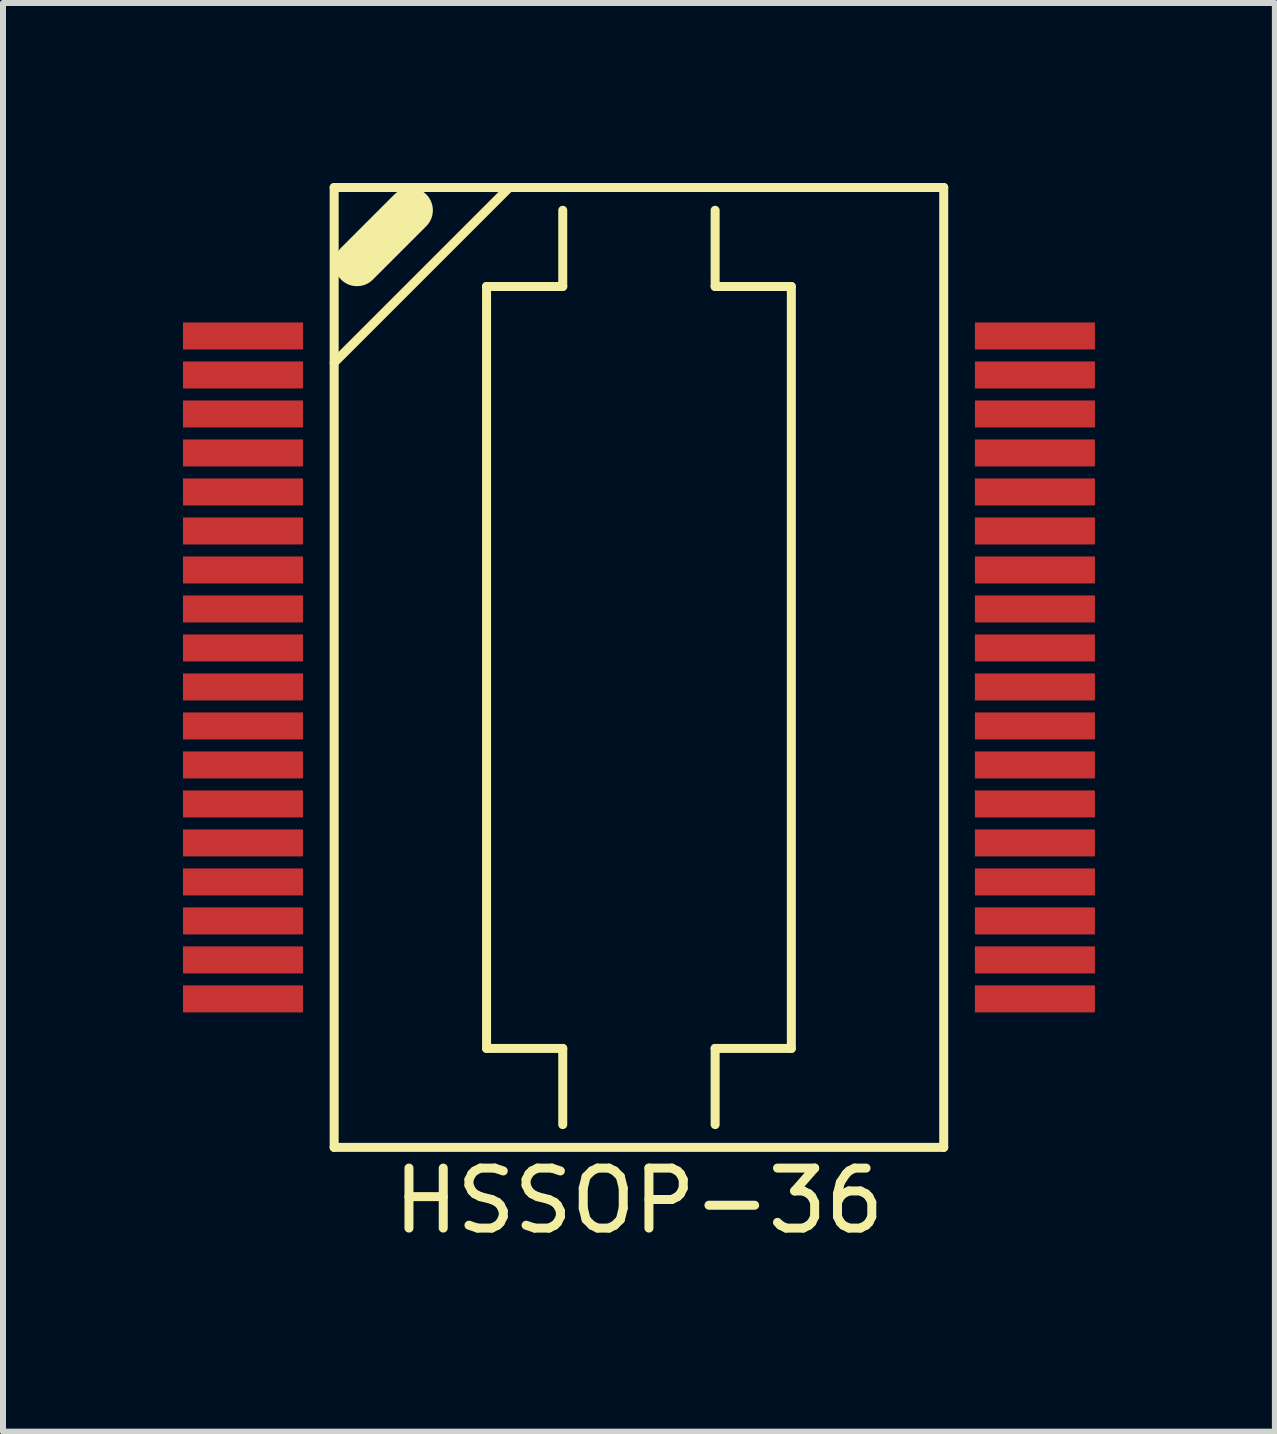
<source format=kicad_pcb>
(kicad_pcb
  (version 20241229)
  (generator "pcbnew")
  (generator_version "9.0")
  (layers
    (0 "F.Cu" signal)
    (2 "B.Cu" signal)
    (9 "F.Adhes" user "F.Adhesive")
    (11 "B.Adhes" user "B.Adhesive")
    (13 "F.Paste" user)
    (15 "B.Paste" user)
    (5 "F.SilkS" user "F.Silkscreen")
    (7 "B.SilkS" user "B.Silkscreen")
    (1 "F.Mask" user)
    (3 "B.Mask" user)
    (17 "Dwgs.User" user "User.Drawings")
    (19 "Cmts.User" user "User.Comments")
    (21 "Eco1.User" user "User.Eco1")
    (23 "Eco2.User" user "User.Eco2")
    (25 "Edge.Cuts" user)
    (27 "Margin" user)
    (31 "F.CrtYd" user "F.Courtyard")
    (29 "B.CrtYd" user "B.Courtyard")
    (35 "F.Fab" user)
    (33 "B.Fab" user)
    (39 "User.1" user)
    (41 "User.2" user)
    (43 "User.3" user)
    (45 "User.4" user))
  (footprint "HSSOP-36"
    (layer "F.Cu")
    (at 7.6 8.075)
    (property "Reference" "HSSOP-36" (at 0 8.89 0) (layer "F.SilkS") (effects (font (size 1 1) (thickness 0.15))))
    (attr through_hole)
    (fp_line (start -5.08 -8) (end -5.08 8) (stroke (width 0.15) (type solid)) (layer "F.SilkS"))
    (fp_line (start -5.08 8) (end 5.08 8) (stroke (width 0.15) (type solid)) (layer "F.SilkS"))
    (fp_line (start -3.81 -7.62) (end -4.7 -6.73) (stroke (width 0.75) (type solid)) (layer "F.SilkS"))
    (fp_line (start -2.54 -6.35) (end -2.54 6.35) (stroke (width 0.15) (type solid)) (layer "F.SilkS"))
    (fp_line (start -2.54 6.35) (end -1.27 6.35) (stroke (width 0.15) (type solid)) (layer "F.SilkS"))
    (fp_line (start -2.16 -8) (end -5.08 -5.08) (stroke (width 0.15) (type solid)) (layer "F.SilkS"))
    (fp_line (start -1.27 -7.62) (end -1.27 -6.35) (stroke (width 0.15) (type solid)) (layer "F.SilkS"))
    (fp_line (start -1.27 -6.35) (end -2.54 -6.35) (stroke (width 0.15) (type solid)) (layer "F.SilkS"))
    (fp_line (start -1.27 6.35) (end -1.27 7.62) (stroke (width 0.15) (type solid)) (layer "F.SilkS"))
    (fp_line (start 1.27 -6.35) (end 1.27 -7.62) (stroke (width 0.15) (type solid)) (layer "F.SilkS"))
    (fp_line (start 1.27 6.35) (end 2.54 6.35) (stroke (width 0.15) (type solid)) (layer "F.SilkS"))
    (fp_line (start 1.27 7.62) (end 1.27 6.35) (stroke (width 0.15) (type solid)) (layer "F.SilkS"))
    (fp_line (start 2.54 -6.35) (end 1.27 -6.35) (stroke (width 0.15) (type solid)) (layer "F.SilkS"))
    (fp_line (start 2.54 6.35) (end 2.54 -6.35) (stroke (width 0.15) (type solid)) (layer "F.SilkS"))
    (fp_line (start 5.08 -8) (end -5.08 -8) (stroke (width 0.15) (type solid)) (layer "F.SilkS"))
    (fp_line (start 5.08 8) (end 5.08 -8) (stroke (width 0.15) (type solid)) (layer "F.SilkS"))
    (pad "1" smd rect (at -6.6 -5.525) (size 2 0.45) (layers "F.Cu" "F.Mask" "F.Paste"))
    (pad "2" smd rect (at -6.6 -4.875) (size 2 0.45) (layers "F.Cu" "F.Mask" "F.Paste"))
    (pad "3" smd rect (at -6.6 -4.225) (size 2 0.45) (layers "F.Cu" "F.Mask" "F.Paste"))
    (pad "4" smd rect (at -6.6 -3.575) (size 2 0.45) (layers "F.Cu" "F.Mask" "F.Paste"))
    (pad "5" smd rect (at -6.6 -2.925) (size 2 0.45) (layers "F.Cu" "F.Mask" "F.Paste"))
    (pad "6" smd rect (at -6.6 -2.275) (size 2 0.45) (layers "F.Cu" "F.Mask" "F.Paste"))
    (pad "7" smd rect (at -6.6 -1.625) (size 2 0.45) (layers "F.Cu" "F.Mask" "F.Paste"))
    (pad "8" smd rect (at -6.6 -0.975) (size 2 0.45) (layers "F.Cu" "F.Mask" "F.Paste"))
    (pad "9" smd rect (at -6.6 -0.325) (size 2 0.45) (layers "F.Cu" "F.Mask" "F.Paste"))
    (pad "10" smd rect (at -6.6 0.325) (size 2 0.45) (layers "F.Cu" "F.Mask" "F.Paste"))
    (pad "11" smd rect (at -6.6 0.975) (size 2 0.45) (layers "F.Cu" "F.Mask" "F.Paste"))
    (pad "12" smd rect (at -6.6 1.625) (size 2 0.45) (layers "F.Cu" "F.Mask" "F.Paste"))
    (pad "13" smd rect (at -6.6 2.275) (size 2 0.45) (layers "F.Cu" "F.Mask" "F.Paste"))
    (pad "14" smd rect (at -6.6 2.925) (size 2 0.45) (layers "F.Cu" "F.Mask" "F.Paste"))
    (pad "15" smd rect (at -6.6 3.575) (size 2 0.45) (layers "F.Cu" "F.Mask" "F.Paste"))
    (pad "16" smd rect (at -6.6 4.225) (size 2 0.45) (layers "F.Cu" "F.Mask" "F.Paste"))
    (pad "17" smd rect (at -6.6 4.875) (size 2 0.45) (layers "F.Cu" "F.Mask" "F.Paste"))
    (pad "18" smd rect (at -6.6 5.525) (size 2 0.45) (layers "F.Cu" "F.Mask" "F.Paste"))
    (pad "19" smd rect (at 6.6 5.525) (size 2 0.45) (layers "F.Cu" "F.Mask" "F.Paste"))
    (pad "20" smd rect (at 6.6 4.875) (size 2 0.45) (layers "F.Cu" "F.Mask" "F.Paste"))
    (pad "21" smd rect (at 6.6 4.225) (size 2 0.45) (layers "F.Cu" "F.Mask" "F.Paste"))
    (pad "22" smd rect (at 6.6 3.575) (size 2 0.45) (layers "F.Cu" "F.Mask" "F.Paste"))
    (pad "23" smd rect (at 6.6 2.925) (size 2 0.45) (layers "F.Cu" "F.Mask" "F.Paste"))
    (pad "24" smd rect (at 6.6 2.275) (size 2 0.45) (layers "F.Cu" "F.Mask" "F.Paste"))
    (pad "25" smd rect (at 6.6 1.625) (size 2 0.45) (layers "F.Cu" "F.Mask" "F.Paste"))
    (pad "26" smd rect (at 6.6 0.975) (size 2 0.45) (layers "F.Cu" "F.Mask" "F.Paste"))
    (pad "27" smd rect (at 6.6 0.325) (size 2 0.45) (layers "F.Cu" "F.Mask" "F.Paste"))
    (pad "28" smd rect (at 6.6 -0.325) (size 2 0.45) (layers "F.Cu" "F.Mask" "F.Paste"))
    (pad "29" smd rect (at 6.6 -0.975) (size 2 0.45) (layers "F.Cu" "F.Mask" "F.Paste"))
    (pad "30" smd rect (at 6.6 -1.625) (size 2 0.45) (layers "F.Cu" "F.Mask" "F.Paste"))
    (pad "31" smd rect (at 6.6 -2.275) (size 2 0.45) (layers "F.Cu" "F.Mask" "F.Paste"))
    (pad "32" smd rect (at 6.6 -2.925) (size 2 0.45) (layers "F.Cu" "F.Mask" "F.Paste"))
    (pad "33" smd rect (at 6.6 -3.575) (size 2 0.45) (layers "F.Cu" "F.Mask" "F.Paste"))
    (pad "34" smd rect (at 6.6 -4.225) (size 2 0.45) (layers "F.Cu" "F.Mask" "F.Paste"))
    (pad "35" smd rect (at 6.6 -4.875) (size 2 0.45) (layers "F.Cu" "F.Mask" "F.Paste"))
    (pad "36" smd rect (at 6.6 -5.525) (size 2 0.45) (layers "F.Cu" "F.Mask" "F.Paste")))
  (gr_rect
    (start -3 -3)
    (end 18.2 20.813)
    (stroke (width 0.1) (type default))
    (fill no)
    (layer "Edge.Cuts")))
</source>
